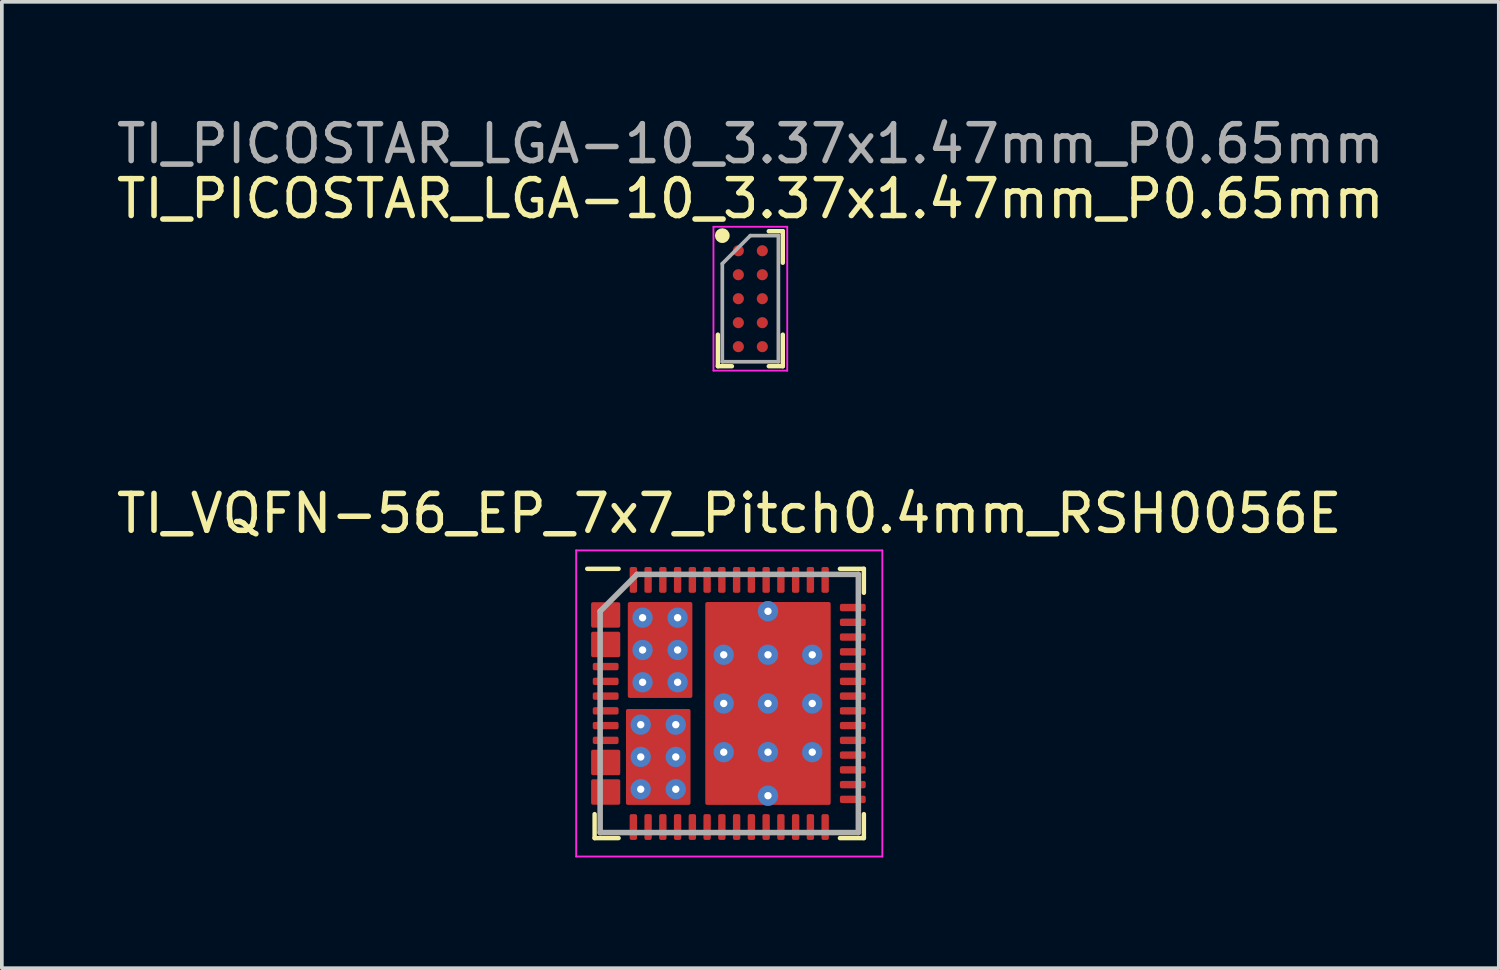
<source format=kicad_pcb>
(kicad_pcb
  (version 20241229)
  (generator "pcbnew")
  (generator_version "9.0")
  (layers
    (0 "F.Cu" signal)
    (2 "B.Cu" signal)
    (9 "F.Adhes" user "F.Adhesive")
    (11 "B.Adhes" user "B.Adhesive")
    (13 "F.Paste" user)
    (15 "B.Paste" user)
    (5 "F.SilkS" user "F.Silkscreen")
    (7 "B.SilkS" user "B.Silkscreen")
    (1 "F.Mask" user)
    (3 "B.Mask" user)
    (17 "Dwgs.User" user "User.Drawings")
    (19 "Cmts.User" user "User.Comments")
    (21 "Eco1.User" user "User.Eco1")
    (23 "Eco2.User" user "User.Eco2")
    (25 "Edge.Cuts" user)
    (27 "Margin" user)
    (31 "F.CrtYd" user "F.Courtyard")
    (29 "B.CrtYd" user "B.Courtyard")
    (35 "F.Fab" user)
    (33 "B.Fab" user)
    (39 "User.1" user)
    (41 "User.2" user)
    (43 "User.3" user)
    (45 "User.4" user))
  (footprint "TI_VQFN-56_EP_7x7_Pitch0.4mm_RSH0056E"
    (layer "F.Cu")
    (at 16.72 16.021)
    (property "Reference" "TI_VQFN-56_EP_7x7_Pitch0.4mm_RSH0056E" (at 0 -5.15 0) (layer "F.SilkS") (effects (font (size 1 1) (thickness 0.15))))
    (attr smd)
    (fp_line (start -3.65 3.65) (end -3.65 3) (stroke (width 0.12) (type solid)) (layer "F.SilkS"))
    (fp_line (start -3 -3.65) (end -3.85 -3.65) (stroke (width 0.12) (type solid)) (layer "F.SilkS"))
    (fp_line (start -3 3.65) (end -3.65 3.65) (stroke (width 0.12) (type solid)) (layer "F.SilkS"))
    (fp_line (start 3 -3.65) (end 3.65 -3.65) (stroke (width 0.12) (type solid)) (layer "F.SilkS"))
    (fp_line (start 3 3.65) (end 3.65 3.65) (stroke (width 0.12) (type solid)) (layer "F.SilkS"))
    (fp_line (start 3.65 -3.65) (end 3.65 -3) (stroke (width 0.12) (type solid)) (layer "F.SilkS"))
    (fp_line (start 3.65 3.65) (end 3.65 3) (stroke (width 0.12) (type solid)) (layer "F.SilkS"))
    (fp_line (start -4.15 -4.15) (end 4.15 -4.15) (stroke (width 0.05) (type solid)) (layer "F.CrtYd"))
    (fp_line (start -4.15 4.15) (end -4.15 -4.15) (stroke (width 0.05) (type solid)) (layer "F.CrtYd"))
    (fp_line (start 4.15 -4.15) (end 4.15 4.15) (stroke (width 0.05) (type solid)) (layer "F.CrtYd"))
    (fp_line (start 4.15 4.15) (end -4.15 4.15) (stroke (width 0.05) (type solid)) (layer "F.CrtYd"))
    (fp_line (start -3.5 -2.5) (end -3.5 3.5) (stroke (width 0.15) (type solid)) (layer "F.Fab"))
    (fp_line (start -3.5 3.5) (end 3.5 3.5) (stroke (width 0.15) (type solid)) (layer "F.Fab"))
    (fp_line (start -2.5 -3.5) (end -3.5 -2.5) (stroke (width 0.15) (type solid)) (layer "F.Fab"))
    (fp_line (start 3.5 -3.5) (end -2.5 -3.5) (stroke (width 0.15) (type solid)) (layer "F.Fab"))
    (fp_line (start 3.5 3.5) (end 3.5 -3.5) (stroke (width 0.15) (type solid)) (layer "F.Fab"))
    (pad "" smd roundrect (at -3.35 -2.6 90) (size 0.2 0.7) (layers "F.Mask" "F.Paste") (roundrect_rratio 0.25))
    (pad "" smd roundrect (at -3.35 -2.2 90) (size 0.2 0.7) (layers "F.Mask" "F.Paste") (roundrect_rratio 0.25))
    (pad "" smd roundrect (at -3.35 -1.8 90) (size 0.2 0.7) (layers "F.Mask" "F.Paste") (roundrect_rratio 0.25))
    (pad "" smd roundrect (at -3.35 -1.4 90) (size 0.2 0.7) (layers "F.Mask" "F.Paste") (roundrect_rratio 0.25))
    (pad "" smd roundrect (at -3.35 1.4 90) (size 0.2 0.7) (layers "F.Mask" "F.Paste") (roundrect_rratio 0.25))
    (pad "" smd roundrect (at -3.35 1.8 90) (size 0.2 0.7) (layers "F.Mask" "F.Paste") (roundrect_rratio 0.25))
    (pad "" smd roundrect (at -3.35 2.2 90) (size 0.2 0.7) (layers "F.Mask" "F.Paste") (roundrect_rratio 0.25))
    (pad "" smd roundrect (at -3.35 2.6 90) (size 0.2 0.7) (layers "F.Mask" "F.Paste") (roundrect_rratio 0.25))
    (pad "" smd roundrect (at -3.1 -2.4 180) (size 0.2 0.6) (layers "F.Mask" "F.Paste") (roundrect_rratio 0.25))
    (pad "" smd roundrect (at -3.1 -1.6 180) (size 0.2 0.6) (layers "F.Mask" "F.Paste") (roundrect_rratio 0.25))
    (pad "" smd roundrect (at -3.1 1.6 180) (size 0.2 0.6) (layers "F.Mask" "F.Paste") (roundrect_rratio 0.25))
    (pad "" smd roundrect (at -3.1 2.4 180) (size 0.2 0.6) (layers "F.Mask" "F.Paste") (roundrect_rratio 0.25))
    (pad "" smd roundrect (at -1.925 0.775 180) (size 1.47 1.15) (layers "F.Paste") (roundrect_rratio 0.045))
    (pad "" smd roundrect (at -1.925 2.125 180) (size 1.47 1.15) (layers "F.Paste") (roundrect_rratio 0.045))
    (pad "" smd roundrect (at -1.875 -2.125) (size 1.47 1.15) (layers "F.Paste") (roundrect_rratio 0.045))
    (pad "" smd roundrect (at -1.875 -0.775) (size 1.47 1.15) (layers "F.Paste") (roundrect_rratio 0.045))
    (pad "" smd roundrect (at 0.215 -1.98 180) (size 1.47 1.12) (layers "F.Paste") (roundrect_rratio 0.054))
    (pad "" smd roundrect (at 0.215 -0.66 180) (size 1.47 1.12) (layers "F.Paste") (roundrect_rratio 0.054))
    (pad "" smd roundrect (at 0.215 0.66 180) (size 1.47 1.12) (layers "F.Paste") (roundrect_rratio 0.054))
    (pad "" smd roundrect (at 0.215 1.98 180) (size 1.47 1.12) (layers "F.Paste") (roundrect_rratio 0.054))
    (pad "" smd roundrect (at 1.885 -1.98 180) (size 1.47 1.12) (layers "F.Paste") (roundrect_rratio 0.054))
    (pad "" smd roundrect (at 1.885 -0.66 180) (size 1.47 1.12) (layers "F.Paste") (roundrect_rratio 0.054))
    (pad "" smd roundrect (at 1.885 0.66 180) (size 1.47 1.12) (layers "F.Paste") (roundrect_rratio 0.054))
    (pad "" smd roundrect (at 1.885 1.98 180) (size 1.47 1.12) (layers "F.Paste") (roundrect_rratio 0.054))
    (pad "1" smd roundrect (at -3.35 -2.4) (size 0.79 0.69) (layers "F.Cu") (roundrect_rratio 0.071))
    (pad "3" smd roundrect (at -3.35 -1.6) (size 0.79 0.69) (layers "F.Cu") (roundrect_rratio 0.071))
    (pad "5" smd roundrect (at -3.35 -1 90) (size 0.2 0.7) (layers "F.Cu" "F.Mask" "F.Paste") (roundrect_rratio 0.25))
    (pad "6" smd roundrect (at -3.35 -0.6 90) (size 0.2 0.7) (layers "F.Cu" "F.Mask" "F.Paste") (roundrect_rratio 0.25))
    (pad "7" smd roundrect (at -3.35 -0.2 90) (size 0.2 0.7) (layers "F.Cu" "F.Mask" "F.Paste") (roundrect_rratio 0.25))
    (pad "8" smd roundrect (at -3.35 0.2 90) (size 0.2 0.7) (layers "F.Cu" "F.Mask" "F.Paste") (roundrect_rratio 0.25))
    (pad "9" smd roundrect (at -3.35 0.6 90) (size 0.2 0.7) (layers "F.Cu" "F.Mask" "F.Paste") (roundrect_rratio 0.25))
    (pad "10" smd roundrect (at -3.35 1 90) (size 0.2 0.7) (layers "F.Cu" "F.Mask" "F.Paste") (roundrect_rratio 0.25))
    (pad "11" smd roundrect (at -3.35 1.6) (size 0.79 0.69) (layers "F.Cu") (roundrect_rratio 0.071))
    (pad "13" smd roundrect (at -3.35 2.4) (size 0.79 0.69) (layers "F.Cu") (roundrect_rratio 0.071))
    (pad "15" smd roundrect (at -2.6 3.35) (size 0.2 0.7) (layers "F.Cu" "F.Mask" "F.Paste") (roundrect_rratio 0.25))
    (pad "16" smd roundrect (at -2.2 3.35) (size 0.2 0.7) (layers "F.Cu" "F.Mask" "F.Paste") (roundrect_rratio 0.25))
    (pad "17" smd roundrect (at -1.8 3.35) (size 0.2 0.7) (layers "F.Cu" "F.Mask" "F.Paste") (roundrect_rratio 0.25))
    (pad "18" smd roundrect (at -1.4 3.35) (size 0.2 0.7) (layers "F.Cu" "F.Mask" "F.Paste") (roundrect_rratio 0.25))
    (pad "19" smd roundrect (at -1 3.35) (size 0.2 0.7) (layers "F.Cu" "F.Mask" "F.Paste") (roundrect_rratio 0.25))
    (pad "20" smd roundrect (at -0.6 3.35) (size 0.2 0.7) (layers "F.Cu" "F.Mask" "F.Paste") (roundrect_rratio 0.25))
    (pad "21" smd roundrect (at -0.2 3.35) (size 0.2 0.7) (layers "F.Cu" "F.Mask" "F.Paste") (roundrect_rratio 0.25))
    (pad "22" smd roundrect (at 0.2 3.35) (size 0.2 0.7) (layers "F.Cu" "F.Mask" "F.Paste") (roundrect_rratio 0.25))
    (pad "23" smd roundrect (at 0.6 3.35) (size 0.2 0.7) (layers "F.Cu" "F.Mask" "F.Paste") (roundrect_rratio 0.25))
    (pad "24" smd roundrect (at 1 3.35) (size 0.2 0.7) (layers "F.Cu" "F.Mask" "F.Paste") (roundrect_rratio 0.25))
    (pad "25" smd roundrect (at 1.4 3.35) (size 0.2 0.7) (layers "F.Cu" "F.Mask" "F.Paste") (roundrect_rratio 0.25))
    (pad "26" smd roundrect (at 1.8 3.35) (size 0.2 0.7) (layers "F.Cu" "F.Mask" "F.Paste") (roundrect_rratio 0.25))
    (pad "27" smd roundrect (at 2.2 3.35) (size 0.2 0.7) (layers "F.Cu" "F.Mask" "F.Paste") (roundrect_rratio 0.25))
    (pad "28" smd roundrect (at 2.6 3.35) (size 0.2 0.7) (layers "F.Cu" "F.Mask" "F.Paste") (roundrect_rratio 0.25))
    (pad "29" smd roundrect (at 3.35 2.6 90) (size 0.2 0.7) (layers "F.Cu" "F.Mask" "F.Paste") (roundrect_rratio 0.25))
    (pad "30" smd roundrect (at 3.35 2.2 90) (size 0.2 0.7) (layers "F.Cu" "F.Mask" "F.Paste") (roundrect_rratio 0.25))
    (pad "31" smd roundrect (at 3.35 1.8 90) (size 0.2 0.7) (layers "F.Cu" "F.Mask" "F.Paste") (roundrect_rratio 0.25))
    (pad "32" smd roundrect (at 3.35 1.4 90) (size 0.2 0.7) (layers "F.Cu" "F.Mask" "F.Paste") (roundrect_rratio 0.25))
    (pad "33" smd roundrect (at 3.35 1 90) (size 0.2 0.7) (layers "F.Cu" "F.Mask" "F.Paste") (roundrect_rratio 0.25))
    (pad "34" smd roundrect (at 3.35 0.6 90) (size 0.2 0.7) (layers "F.Cu" "F.Mask" "F.Paste") (roundrect_rratio 0.25))
    (pad "35" smd roundrect (at 3.35 0.2 90) (size 0.2 0.7) (layers "F.Cu" "F.Mask" "F.Paste") (roundrect_rratio 0.25))
    (pad "36" smd roundrect (at 3.35 -0.2 90) (size 0.2 0.7) (layers "F.Cu" "F.Mask" "F.Paste") (roundrect_rratio 0.25))
    (pad "37" smd roundrect (at 3.35 -0.6 90) (size 0.2 0.7) (layers "F.Cu" "F.Mask" "F.Paste") (roundrect_rratio 0.25))
    (pad "38" smd roundrect (at 3.35 -1 90) (size 0.2 0.7) (layers "F.Cu" "F.Mask" "F.Paste") (roundrect_rratio 0.25))
    (pad "39" smd roundrect (at 3.35 -1.4 90) (size 0.2 0.7) (layers "F.Cu" "F.Mask" "F.Paste") (roundrect_rratio 0.25))
    (pad "40" smd roundrect (at 3.35 -1.8 90) (size 0.2 0.7) (layers "F.Cu" "F.Mask" "F.Paste") (roundrect_rratio 0.25))
    (pad "41" smd roundrect (at 3.35 -2.2 90) (size 0.2 0.7) (layers "F.Cu" "F.Mask" "F.Paste") (roundrect_rratio 0.25))
    (pad "42" smd roundrect (at 3.35 -2.6 90) (size 0.2 0.7) (layers "F.Cu" "F.Mask" "F.Paste") (roundrect_rratio 0.25))
    (pad "43" smd roundrect (at 2.6 -3.35) (size 0.2 0.7) (layers "F.Cu" "F.Mask" "F.Paste") (roundrect_rratio 0.25))
    (pad "44" smd roundrect (at 2.2 -3.35) (size 0.2 0.7) (layers "F.Cu" "F.Mask" "F.Paste") (roundrect_rratio 0.25))
    (pad "45" smd roundrect (at 1.8 -3.35) (size 0.2 0.7) (layers "F.Cu" "F.Mask" "F.Paste") (roundrect_rratio 0.25))
    (pad "46" smd roundrect (at 1.4 -3.35) (size 0.2 0.7) (layers "F.Cu" "F.Mask" "F.Paste") (roundrect_rratio 0.25))
    (pad "47" smd roundrect (at 1 -3.35) (size 0.2 0.7) (layers "F.Cu" "F.Mask" "F.Paste") (roundrect_rratio 0.25))
    (pad "48" smd roundrect (at 0.6 -3.35) (size 0.2 0.7) (layers "F.Cu" "F.Mask" "F.Paste") (roundrect_rratio 0.25))
    (pad "49" smd roundrect (at 0.2 -3.35) (size 0.2 0.7) (layers "F.Cu" "F.Mask" "F.Paste") (roundrect_rratio 0.25))
    (pad "50" smd roundrect (at -0.2 -3.35) (size 0.2 0.7) (layers "F.Cu" "F.Mask" "F.Paste") (roundrect_rratio 0.25))
    (pad "51" smd roundrect (at -0.6 -3.35) (size 0.2 0.7) (layers "F.Cu" "F.Mask" "F.Paste") (roundrect_rratio 0.25))
    (pad "52" smd roundrect (at -1 -3.35) (size 0.2 0.7) (layers "F.Cu" "F.Mask" "F.Paste") (roundrect_rratio 0.25))
    (pad "53" smd roundrect (at -1.4 -3.35) (size 0.2 0.7) (layers "F.Cu" "F.Mask" "F.Paste") (roundrect_rratio 0.25))
    (pad "54" smd roundrect (at -1.8 -3.35) (size 0.2 0.7) (layers "F.Cu" "F.Mask" "F.Paste") (roundrect_rratio 0.25))
    (pad "55" smd roundrect (at -2.2 -3.35) (size 0.2 0.7) (layers "F.Cu" "F.Mask" "F.Paste") (roundrect_rratio 0.25))
    (pad "56" smd roundrect (at -2.6 -3.35) (size 0.2 0.7) (layers "F.Cu" "F.Mask" "F.Paste") (roundrect_rratio 0.25))
    (pad "57" thru_hole circle (at -2.35 -2.325) (size 0.55 0.55) (drill 0.2) (layers "*.Cu" "*.Mask"))
    (pad "57" thru_hole circle (at -2.35 -1.45) (size 0.55 0.55) (drill 0.2) (layers "*.Cu" "*.Mask"))
    (pad "57" thru_hole circle (at -2.35 -0.575) (size 0.55 0.55) (drill 0.2) (layers "*.Cu" "*.Mask"))
    (pad "57" smd roundrect (at -1.875 -1.45) (size 1.75 2.6) (layers "F.Cu" "F.Mask") (roundrect_rratio 0.029))
    (pad "57" thru_hole circle (at -1.4 -2.325) (size 0.55 0.55) (drill 0.2) (layers "*.Cu" "*.Mask"))
    (pad "57" thru_hole circle (at -1.4 -1.45) (size 0.55 0.55) (drill 0.2) (layers "*.Cu" "*.Mask"))
    (pad "57" thru_hole circle (at -1.4 -0.575) (size 0.55 0.55) (drill 0.2) (layers "*.Cu" "*.Mask"))
    (pad "58" thru_hole circle (at -2.4 0.575 180) (size 0.55 0.55) (drill 0.2) (layers "*.Cu" "*.Mask"))
    (pad "58" thru_hole circle (at -2.4 1.45 180) (size 0.55 0.55) (drill 0.2) (layers "*.Cu" "*.Mask"))
    (pad "58" thru_hole circle (at -2.4 2.325 180) (size 0.55 0.55) (drill 0.2) (layers "*.Cu" "*.Mask"))
    (pad "58" smd roundrect (at -1.925 1.45 180) (size 1.75 2.6) (layers "F.Cu" "F.Mask") (roundrect_rratio 0.029))
    (pad "58" thru_hole circle (at -1.45 0.575 180) (size 0.55 0.55) (drill 0.2) (layers "*.Cu" "*.Mask"))
    (pad "58" thru_hole circle (at -1.45 1.45 180) (size 0.55 0.55) (drill 0.2) (layers "*.Cu" "*.Mask"))
    (pad "58" thru_hole circle (at -1.45 2.325 180) (size 0.55 0.55) (drill 0.2) (layers "*.Cu" "*.Mask"))
    (pad "59" thru_hole circle (at -0.15 -1.32 180) (size 0.55 0.55) (drill 0.2) (layers "*.Cu" "*.Mask"))
    (pad "59" thru_hole circle (at -0.15 0 180) (size 0.55 0.55) (drill 0.2) (layers "*.Cu" "*.Mask"))
    (pad "59" thru_hole circle (at -0.15 1.32 180) (size 0.55 0.55) (drill 0.2) (layers "*.Cu" "*.Mask"))
    (pad "59" thru_hole circle (at 1.05 -2.5 180) (size 0.55 0.55) (drill 0.2) (layers "*.Cu" "*.Mask"))
    (pad "59" thru_hole circle (at 1.05 -1.32 180) (size 0.55 0.55) (drill 0.2) (layers "*.Cu" "*.Mask"))
    (pad "59" thru_hole circle (at 1.05 0 180) (size 0.55 0.55) (drill 0.2) (layers "*.Cu" "*.Mask"))
    (pad "59" smd roundrect (at 1.05 0 180) (size 3.4 5.5) (layers "F.Cu" "F.Mask") (roundrect_rratio 0.015))
    (pad "59" thru_hole circle (at 1.05 1.32 180) (size 0.55 0.55) (drill 0.2) (layers "*.Cu" "*.Mask"))
    (pad "59" thru_hole circle (at 1.05 2.5 180) (size 0.55 0.55) (drill 0.2) (layers "*.Cu" "*.Mask"))
    (pad "59" thru_hole circle (at 2.25 -1.32 180) (size 0.55 0.55) (drill 0.2) (layers "*.Cu" "*.Mask"))
    (pad "59" thru_hole circle (at 2.25 0 180) (size 0.55 0.55) (drill 0.2) (layers "*.Cu" "*.Mask"))
    (pad "59" thru_hole circle (at 2.25 1.32 180) (size 0.55 0.55) (drill 0.2) (layers "*.Cu" "*.Mask")))
  (footprint "TI_PICOSTAR_LGA-10_3.37x1.47mm_P0.65mm"
    (layer "F.Cu")
    (at 17.292 5.048)
    (property "Reference" "TI_PICOSTAR_LGA-10_3.37x1.47mm_P0.65mm" (at 0 -2.71 0) (layer "F.SilkS") (effects (font (size 1 1) (thickness 0.15))))
    (attr smd)
    (fp_line (start -0.88 1.83) (end -0.88 0.975) (stroke (width 0.12) (type default)) (layer "F.SilkS"))
    (fp_line (start -0.5 1.83) (end -0.88 1.83) (stroke (width 0.12) (type default)) (layer "F.SilkS"))
    (fp_line (start 0.5 -1.83) (end 0.88 -1.83) (stroke (width 0.12) (type default)) (layer "F.SilkS"))
    (fp_line (start 0.5 1.83) (end 0.88 1.83) (stroke (width 0.12) (type default)) (layer "F.SilkS"))
    (fp_line (start 0.88 -1.83) (end 0.88 -0.975) (stroke (width 0.12) (type default)) (layer "F.SilkS"))
    (fp_line (start 0.88 1.83) (end 0.88 0.975) (stroke (width 0.12) (type default)) (layer "F.SilkS"))
    (fp_circle (center -0.76 -1.71) (end -0.76 -1.61) (stroke (width 0.2) (type default)) (fill no) (layer "F.SilkS"))
    (fp_line (start -1 -1.95) (end 1 -1.95) (stroke (width 0.05) (type default)) (layer "F.CrtYd"))
    (fp_line (start -1 1.95) (end -1 -1.95) (stroke (width 0.05) (type default)) (layer "F.CrtYd"))
    (fp_line (start 1 -1.95) (end 1 1.95) (stroke (width 0.05) (type default)) (layer "F.CrtYd"))
    (fp_line (start 1 1.95) (end -1 1.95) (stroke (width 0.05) (type default)) (layer "F.CrtYd"))
    (fp_line (start -0.76 -0.95) (end -0.76 1.71) (stroke (width 0.1) (type default)) (layer "F.Fab"))
    (fp_line (start -0.76 1.71) (end 0.76 1.71) (stroke (width 0.1) (type default)) (layer "F.Fab"))
    (fp_line (start 0 -1.71) (end -0.76 -0.95) (stroke (width 0.1) (type default)) (layer "F.Fab"))
    (fp_line (start 0.76 -1.71) (end 0 -1.71) (stroke (width 0.1) (type default)) (layer "F.Fab"))
    (fp_line (start 0.76 1.71) (end 0.76 -1.71) (stroke (width 0.1) (type default)) (layer "F.Fab"))
    (fp_text user "${REFERENCE}" (at 0 -4.2 0) (layer "F.Fab") (effects (font (size 1 1) (thickness 0.15))))
    (pad "A1" smd circle (at -0.325 -1.3) (size 0.3 0.3) (layers "F.Cu" "F.Mask" "F.Paste"))
    (pad "A2" smd circle (at 0.325 -1.3) (size 0.3 0.3) (layers "F.Cu" "F.Mask" "F.Paste"))
    (pad "B1" smd circle (at -0.325 -0.65) (size 0.3 0.3) (layers "F.Cu" "F.Mask" "F.Paste"))
    (pad "B2" smd circle (at 0.325 -0.65) (size 0.3 0.3) (layers "F.Cu" "F.Mask" "F.Paste"))
    (pad "C1" smd circle (at -0.325 0) (size 0.3 0.3) (layers "F.Cu" "F.Mask" "F.Paste"))
    (pad "C2" smd circle (at 0.325 0) (size 0.3 0.3) (layers "F.Cu" "F.Mask" "F.Paste"))
    (pad "D1" smd circle (at -0.325 0.65) (size 0.3 0.3) (layers "F.Cu" "F.Mask" "F.Paste"))
    (pad "D2" smd circle (at 0.325 0.65) (size 0.3 0.3) (layers "F.Cu" "F.Mask" "F.Paste"))
    (pad "E1" smd circle (at -0.325 1.3) (size 0.3 0.3) (layers "F.Cu" "F.Mask" "F.Paste"))
    (pad "E2" smd circle (at 0.325 1.3) (size 0.3 0.3) (layers "F.Cu" "F.Mask" "F.Paste")))
  (gr_rect
    (start -3 -3)
    (end 37.583 23.197)
    (stroke (width 0.1) (type default))
    (fill no)
    (layer "Edge.Cuts")))
</source>
